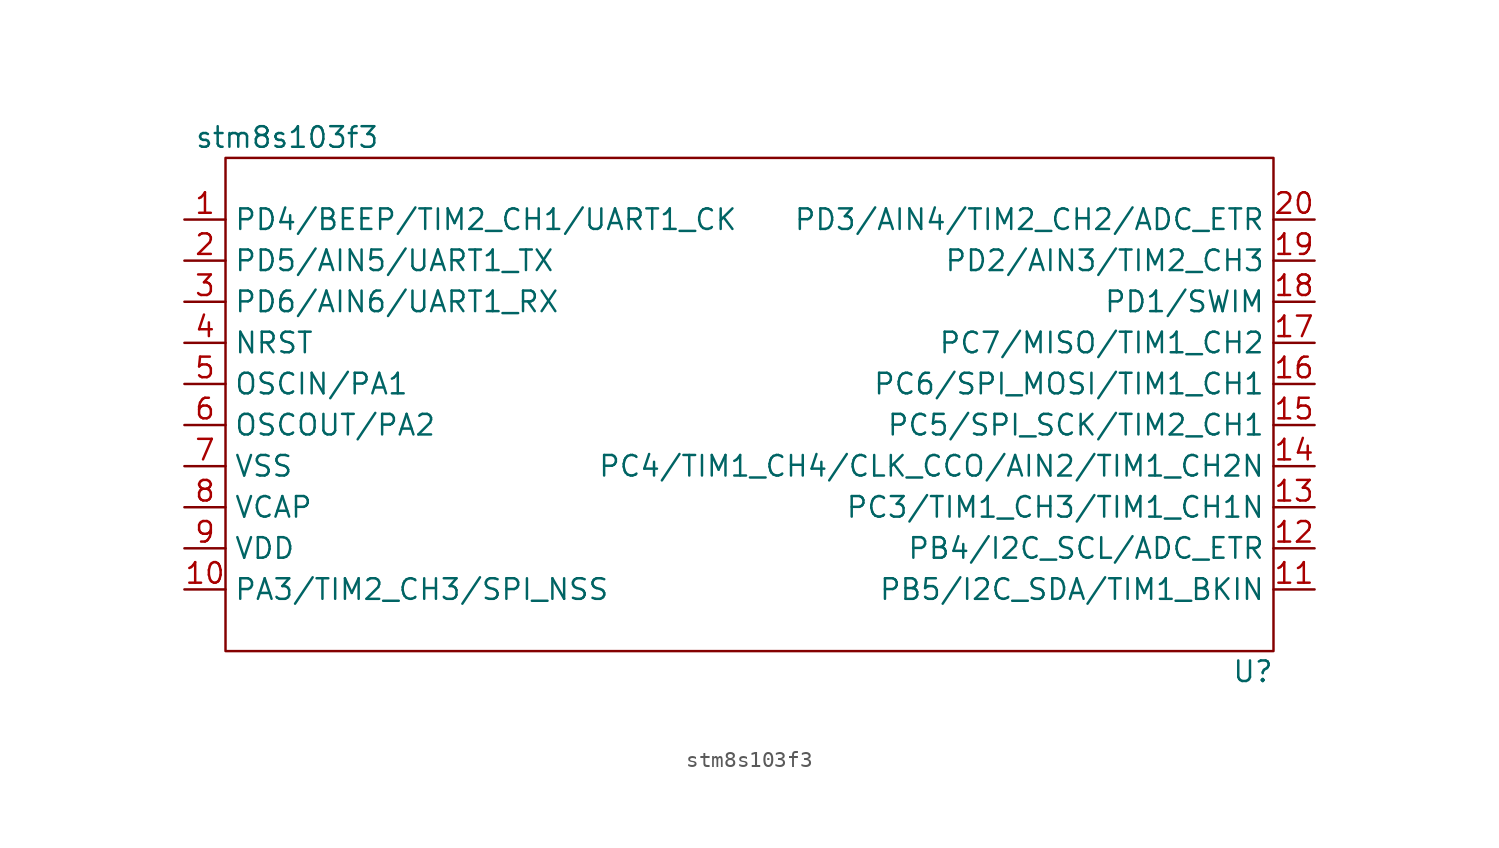
<source format=kicad_sym>
(kicad_symbol_lib
  (version 20201005)
  (generator kicad_symbol_editor)
  (symbol "stm8s103f3:stm8s103f3"
    (property "Reference" "U"
      (at 30.48 -16.51 0)
      (effects (font (size 1.27 1.27))))
    (property "Value" "stm8s103f3"
      (at -29.21 16.51 0)
      (effects (font (size 1.27 1.27))))
    (symbol "stm8s103f3_0_1"
      (rectangle (start -33.02 15.24) (end 31.75 -15.24) (stroke (width 0.152)) (fill (type none))))
    (symbol "stm8s103f3_1_1"
      (pin input line (at -35.56 11.43 0) (length 2.54) (name "PD4/BEEP/TIM2_CH1/UART1_CK" (effects (font (size 1.27 1.27)))) (number "1" (effects (font (size 1.27 1.27)))))
      (pin input line (at -35.56 -11.43 0) (length 2.54) (name "PA3/TIM2_CH3/SPI_NSS" (effects (font (size 1.27 1.27)))) (number "10" (effects (font (size 1.27 1.27)))))
      (pin input line (at 34.29 -11.43 180) (length 2.54) (name "PB5/I2C_SDA/TIM1_BKIN" (effects (font (size 1.27 1.27)))) (number "11" (effects (font (size 1.27 1.27)))))
      (pin input line (at 34.29 -8.89 180) (length 2.54) (name "PB4/I2C_SCL/ADC_ETR" (effects (font (size 1.27 1.27)))) (number "12" (effects (font (size 1.27 1.27)))))
      (pin input line (at 34.29 -6.35 180) (length 2.54) (name "PC3/TIM1_CH3/TIM1_CH1N" (effects (font (size 1.27 1.27)))) (number "13" (effects (font (size 1.27 1.27)))))
      (pin input line (at 34.29 -3.81 180) (length 2.54) (name "PC4/TIM1_CH4/CLK_CCO/AIN2/TIM1_CH2N" (effects (font (size 1.27 1.27)))) (number "14" (effects (font (size 1.27 1.27)))))
      (pin input line (at 34.29 -1.27 180) (length 2.54) (name "PC5/SPI_SCK/TIM2_CH1" (effects (font (size 1.27 1.27)))) (number "15" (effects (font (size 1.27 1.27)))))
      (pin input line (at 34.29 1.27 180) (length 2.54) (name "PC6/SPI_MOSI/TIM1_CH1" (effects (font (size 1.27 1.27)))) (number "16" (effects (font (size 1.27 1.27)))))
      (pin input line (at 34.29 3.81 180) (length 2.54) (name "PC7/MISO/TIM1_CH2" (effects (font (size 1.27 1.27)))) (number "17" (effects (font (size 1.27 1.27)))))
      (pin input line (at 34.29 6.35 180) (length 2.54) (name "PD1/SWIM" (effects (font (size 1.27 1.27)))) (number "18" (effects (font (size 1.27 1.27)))))
      (pin input line (at 34.29 8.89 180) (length 2.54) (name "PD2/AIN3/TIM2_CH3" (effects (font (size 1.27 1.27)))) (number "19" (effects (font (size 1.27 1.27)))))
      (pin input line (at -35.56 8.89 0) (length 2.54) (name "PD5/AIN5/UART1_TX" (effects (font (size 1.27 1.27)))) (number "2" (effects (font (size 1.27 1.27)))))
      (pin input line (at 34.29 11.43 180) (length 2.54) (name "PD3/AIN4/TIM2_CH2/ADC_ETR" (effects (font (size 1.27 1.27)))) (number "20" (effects (font (size 1.27 1.27)))))
      (pin input line (at -35.56 6.35 0) (length 2.54) (name "PD6/AIN6/UART1_RX" (effects (font (size 1.27 1.27)))) (number "3" (effects (font (size 1.27 1.27)))))
      (pin input line (at -35.56 3.81 0) (length 2.54) (name "NRST" (effects (font (size 1.27 1.27)))) (number "4" (effects (font (size 1.27 1.27)))))
      (pin input line (at -35.56 1.27 0) (length 2.54) (name "OSCIN/PA1" (effects (font (size 1.27 1.27)))) (number "5" (effects (font (size 1.27 1.27)))))
      (pin input line (at -35.56 -1.27 0) (length 2.54) (name "OSCOUT/PA2" (effects (font (size 1.27 1.27)))) (number "6" (effects (font (size 1.27 1.27)))))
      (pin input line (at -35.56 -3.81 0) (length 2.54) (name "VSS" (effects (font (size 1.27 1.27)))) (number "7" (effects (font (size 1.27 1.27)))))
      (pin input line (at -35.56 -6.35 0) (length 2.54) (name "VCAP" (effects (font (size 1.27 1.27)))) (number "8" (effects (font (size 1.27 1.27)))))
      (pin input line (at -35.56 -8.89 0) (length 2.54) (name "VDD" (effects (font (size 1.27 1.27)))) (number "9" (effects (font (size 1.27 1.27))))))))
</source>
